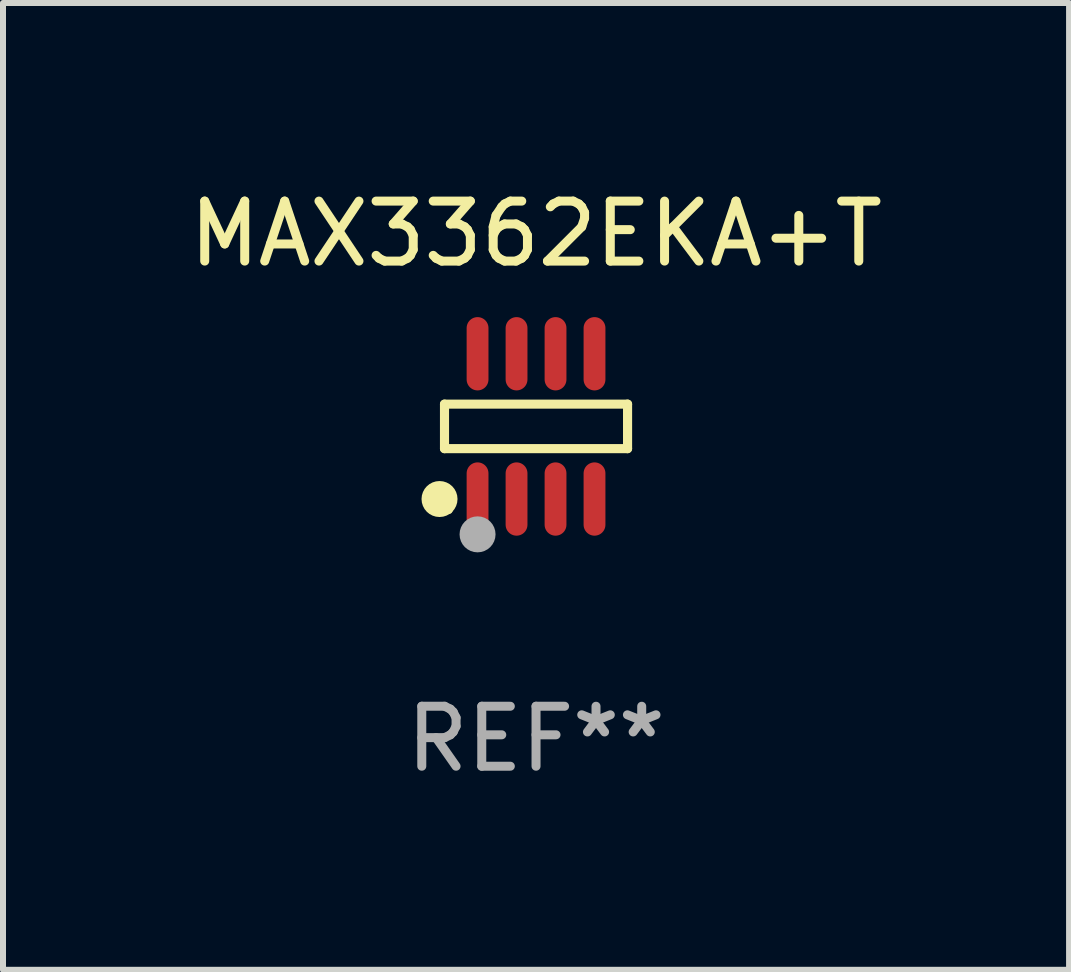
<source format=kicad_pcb>
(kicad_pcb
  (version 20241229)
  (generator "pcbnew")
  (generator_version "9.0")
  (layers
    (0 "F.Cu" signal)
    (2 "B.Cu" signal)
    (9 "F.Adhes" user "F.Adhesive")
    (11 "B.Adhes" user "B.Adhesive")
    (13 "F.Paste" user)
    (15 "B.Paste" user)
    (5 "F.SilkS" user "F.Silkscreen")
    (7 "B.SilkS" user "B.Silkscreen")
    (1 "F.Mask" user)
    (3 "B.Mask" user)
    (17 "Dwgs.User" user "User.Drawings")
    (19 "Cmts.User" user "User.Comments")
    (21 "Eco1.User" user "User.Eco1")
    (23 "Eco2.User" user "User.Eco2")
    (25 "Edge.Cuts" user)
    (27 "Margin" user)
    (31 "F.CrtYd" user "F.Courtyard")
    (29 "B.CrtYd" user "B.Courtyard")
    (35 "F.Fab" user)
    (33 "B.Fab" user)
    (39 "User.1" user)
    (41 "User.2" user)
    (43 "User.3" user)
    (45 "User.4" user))
  (footprint "MAX3362EKA+T"
    (layer "F.Cu")
    (at 5.887 4.059)
    (property "Reference" "MAX3362EKA+T" (at 0 -3.211 0) (layer "F.SilkS") (effects (font (size 1 1) (thickness 0.15))))
    (attr through_hole)
    (fp_line (start -1.526 -0.371) (end 1.526 -0.371) (stroke (width 0.152) (type solid)) (layer "F.SilkS"))
    (fp_line (start -1.526 0.371) (end -1.526 -0.371) (stroke (width 0.152) (type solid)) (layer "F.SilkS"))
    (fp_line (start 1.526 -0.371) (end 1.526 0.371) (stroke (width 0.152) (type solid)) (layer "F.SilkS"))
    (fp_line (start 1.526 0.371) (end -1.526 0.371) (stroke (width 0.152) (type solid)) (layer "F.SilkS"))
    (fp_circle (center -1.609 1.211) (end -1.459 1.211) (stroke (width 0.3) (type solid)) (fill no) (layer "F.SilkS"))
    (fp_circle (center -1.45 1.4) (end -1.42 1.4) (stroke (width 0.06) (type solid)) (fill no) (layer "F.SilkS"))
    (fp_circle (center -0.975 1.8) (end -0.825 1.8) (stroke (width 0.3) (type solid)) (fill no) (layer "F.Fab"))
    (fp_text user "REF**" (at 0 5.211 0) (layer "F.Fab") (effects (font (size 1 1) (thickness 0.15))))
    (pad "1" smd oval (at -0.975 1.211) (size 0.364 1.222) (layers "F.Cu" "F.Mask" "F.Paste"))
    (pad "2" smd oval (at -0.325 1.211) (size 0.364 1.222) (layers "F.Cu" "F.Mask" "F.Paste"))
    (pad "3" smd oval (at 0.325 1.211) (size 0.364 1.222) (layers "F.Cu" "F.Mask" "F.Paste"))
    (pad "4" smd oval (at 0.975 1.211) (size 0.364 1.222) (layers "F.Cu" "F.Mask" "F.Paste"))
    (pad "5" smd oval (at 0.975 -1.211) (size 0.364 1.222) (layers "F.Cu" "F.Mask" "F.Paste"))
    (pad "6" smd oval (at 0.325 -1.211) (size 0.364 1.222) (layers "F.Cu" "F.Mask" "F.Paste"))
    (pad "7" smd oval (at -0.325 -1.211) (size 0.364 1.222) (layers "F.Cu" "F.Mask" "F.Paste"))
    (pad "8" smd oval (at -0.975 -1.211) (size 0.364 1.222) (layers "F.Cu" "F.Mask" "F.Paste")))
  (gr_rect
    (start -3 -3)
    (end 14.774 13.119)
    (stroke (width 0.1) (type default))
    (fill no)
    (layer "Edge.Cuts")))
</source>
